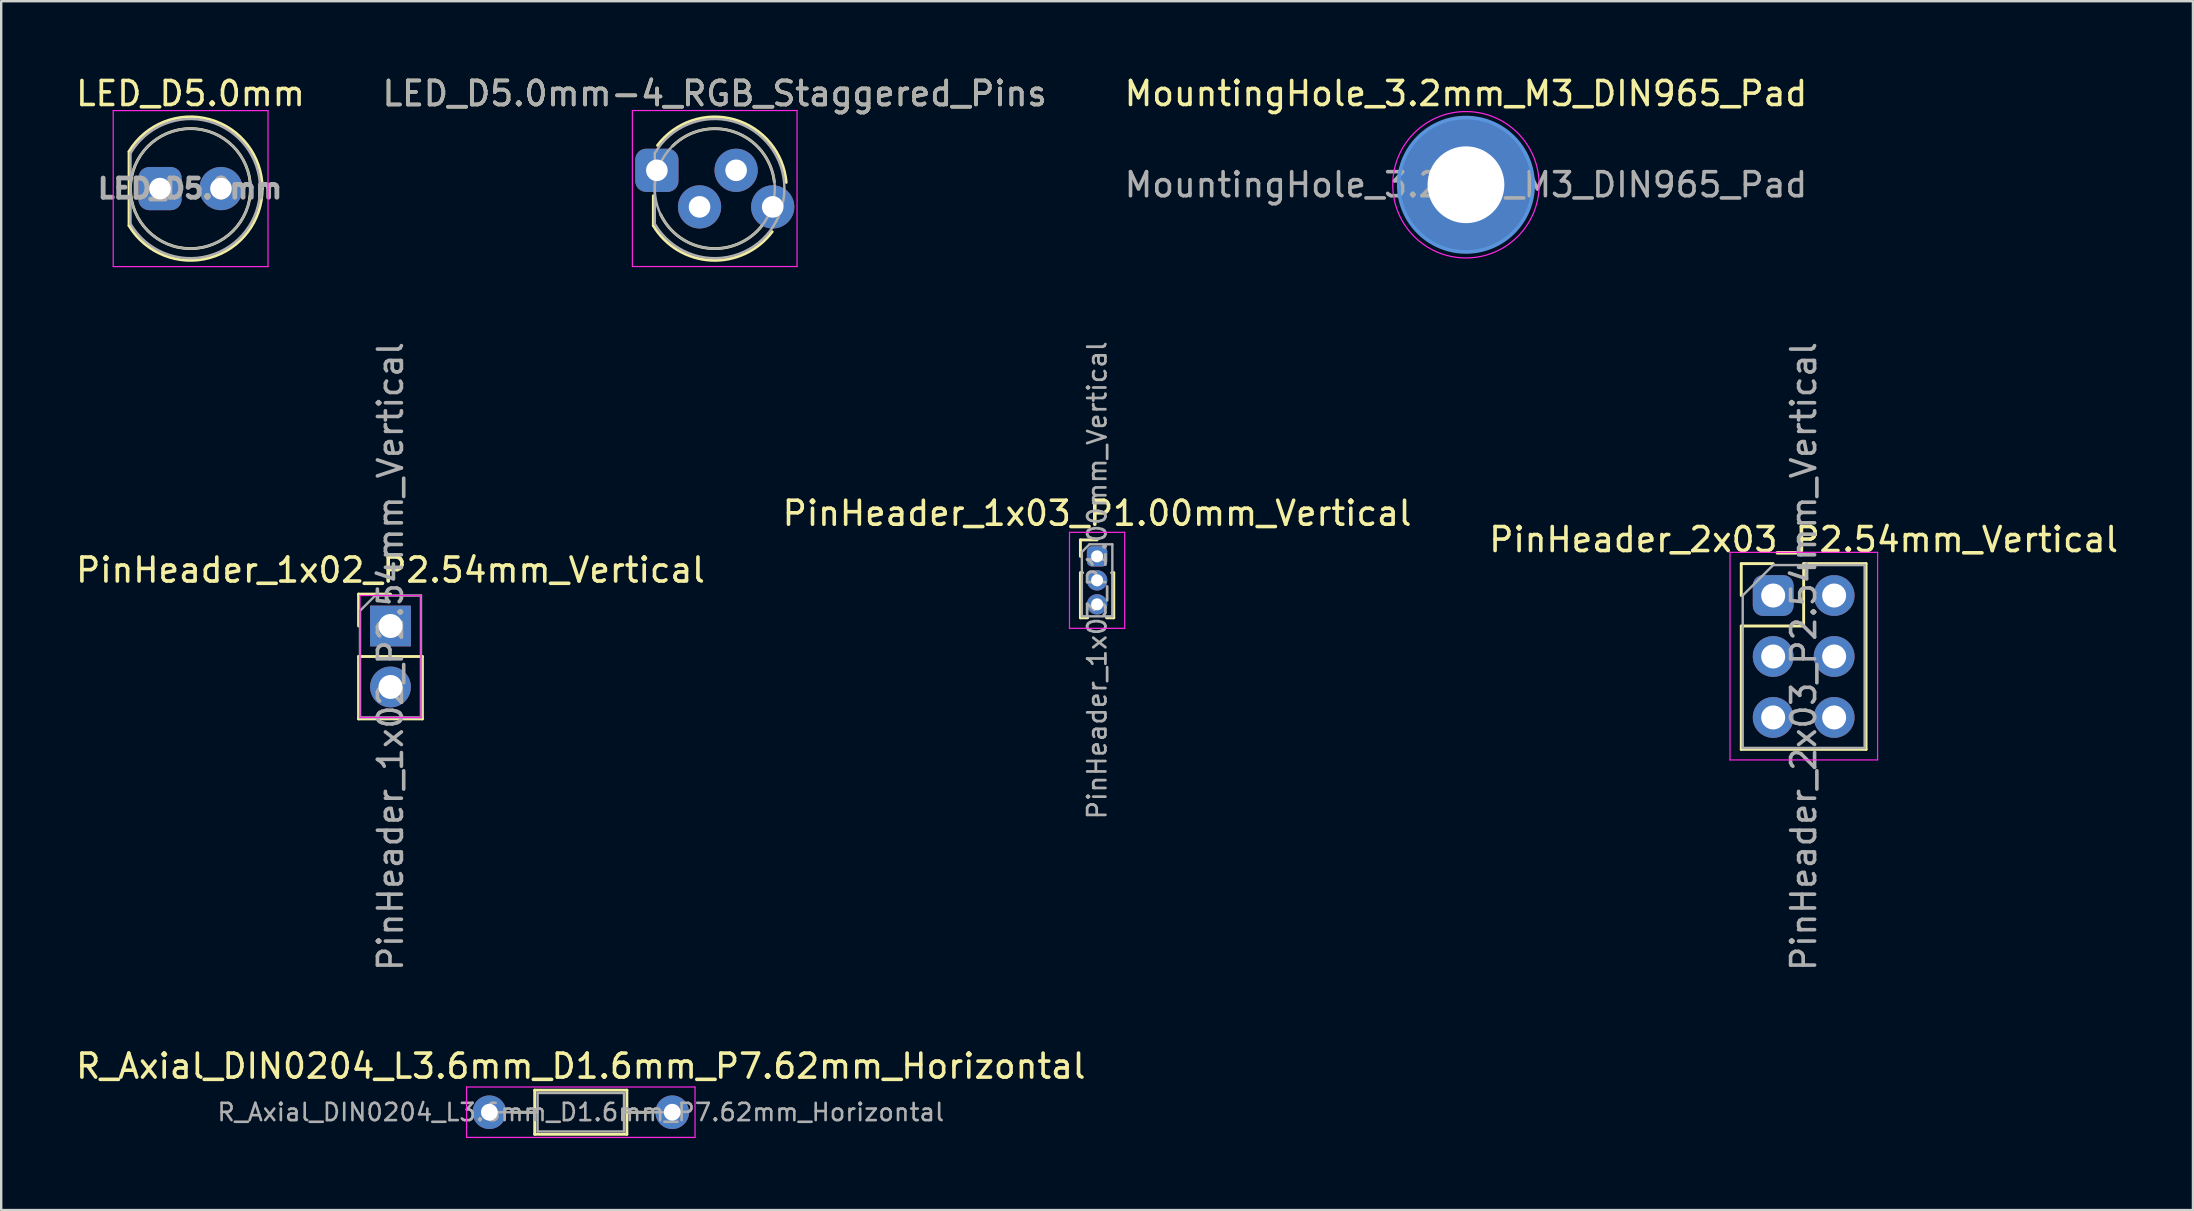
<source format=kicad_pcb>
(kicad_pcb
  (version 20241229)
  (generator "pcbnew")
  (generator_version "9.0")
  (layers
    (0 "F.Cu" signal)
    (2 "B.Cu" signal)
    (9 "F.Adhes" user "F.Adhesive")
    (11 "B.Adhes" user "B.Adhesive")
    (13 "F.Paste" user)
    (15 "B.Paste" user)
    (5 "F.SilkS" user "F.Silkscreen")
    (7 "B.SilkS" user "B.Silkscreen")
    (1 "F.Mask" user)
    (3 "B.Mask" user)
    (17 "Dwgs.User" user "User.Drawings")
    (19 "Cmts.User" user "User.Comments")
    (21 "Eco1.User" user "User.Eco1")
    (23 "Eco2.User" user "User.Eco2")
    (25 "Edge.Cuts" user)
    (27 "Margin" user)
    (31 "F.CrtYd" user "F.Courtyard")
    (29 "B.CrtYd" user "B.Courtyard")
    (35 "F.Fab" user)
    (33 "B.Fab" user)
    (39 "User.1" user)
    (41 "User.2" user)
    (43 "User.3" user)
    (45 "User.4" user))
  (footprint "PinHeader_1x03_P1.00mm_Vertical"
    (layer "F.Cu")
    (at 42.661 20.131)
    (property "Reference" "PinHeader_1x03_P1.00mm_Vertical" (at 0 -1.794 180) (layer "F.SilkS") (effects (font (size 1 1) (thickness 0.15))))
    (attr through_hole)
    (fp_line (start -0.695 -0.685) (end 0 -0.685) (stroke (width 0.12) (type solid)) (layer "F.SilkS"))
    (fp_line (start -0.695 0) (end -0.695 -0.685) (stroke (width 0.12) (type solid)) (layer "F.SilkS"))
    (fp_line (start -0.695 0.685) (end -0.695 2.56) (stroke (width 0.12) (type solid)) (layer "F.SilkS"))
    (fp_line (start -0.695 0.685) (end -0.608 0.685) (stroke (width 0.12) (type solid)) (layer "F.SilkS"))
    (fp_line (start -0.695 2.56) (end -0.394 2.56) (stroke (width 0.12) (type solid)) (layer "F.SilkS"))
    (fp_line (start 0.394 2.56) (end 0.695 2.56) (stroke (width 0.12) (type solid)) (layer "F.SilkS"))
    (fp_line (start 0.608 0.685) (end 0.695 0.685) (stroke (width 0.12) (type solid)) (layer "F.SilkS"))
    (fp_line (start 0.695 0.685) (end 0.695 2.56) (stroke (width 0.12) (type solid)) (layer "F.SilkS"))
    (fp_line (start -1.15 -1) (end -1.15 3) (stroke (width 0.05) (type solid)) (layer "F.CrtYd"))
    (fp_line (start -1.15 3) (end 1.15 3) (stroke (width 0.05) (type solid)) (layer "F.CrtYd"))
    (fp_line (start 1.15 -1) (end -1.15 -1) (stroke (width 0.05) (type solid)) (layer "F.CrtYd"))
    (fp_line (start 1.15 3) (end 1.15 -1) (stroke (width 0.05) (type solid)) (layer "F.CrtYd"))
    (fp_line (start -0.635 -0.182) (end -0.318 -0.5) (stroke (width 0.1) (type solid)) (layer "F.Fab"))
    (fp_line (start -0.635 2.5) (end -0.635 -0.182) (stroke (width 0.1) (type solid)) (layer "F.Fab"))
    (fp_line (start -0.318 -0.5) (end 0.635 -0.5) (stroke (width 0.1) (type solid)) (layer "F.Fab"))
    (fp_line (start 0.635 -0.5) (end 0.635 2.5) (stroke (width 0.1) (type solid)) (layer "F.Fab"))
    (fp_line (start 0.635 2.5) (end -0.635 2.5) (stroke (width 0.1) (type solid)) (layer "F.Fab"))
    (fp_text user "${REFERENCE}" (at 0 1 90) (layer "F.Fab") (effects (font (size 0.76 0.76) (thickness 0.114))))
    (pad "1" thru_hole roundrect (at 0 0) (size 0.85 0.85) (drill 0.5) (layers "*.Cu" "*.Mask") (roundrect_rratio 0.25))
    (pad "2" thru_hole oval (at 0 1) (size 0.85 0.85) (drill 0.5) (layers "*.Cu" "*.Mask"))
    (pad "3" thru_hole oval (at 0 2) (size 0.85 0.85) (drill 0.5) (layers "*.Cu" "*.Mask")))
  (footprint "R_Axial_DIN0204_L3.6mm_D1.6mm_P7.62mm_Horizontal"
    (layer "F.Cu")
    (at 17.339 43.292)
    (property "Reference" "R_Axial_DIN0204_L3.6mm_D1.6mm_P7.62mm_Horizontal" (at 3.81 -1.92 0) (layer "F.SilkS") (effects (font (size 1 1) (thickness 0.15))))
    (attr through_hole)
    (fp_line (start 0.94 0) (end 1.89 0) (stroke (width 0.12) (type solid)) (layer "F.SilkS"))
    (fp_line (start 1.89 -0.92) (end 1.89 0.92) (stroke (width 0.12) (type solid)) (layer "F.SilkS"))
    (fp_line (start 1.89 0.92) (end 5.73 0.92) (stroke (width 0.12) (type solid)) (layer "F.SilkS"))
    (fp_line (start 5.73 -0.92) (end 1.89 -0.92) (stroke (width 0.12) (type solid)) (layer "F.SilkS"))
    (fp_line (start 5.73 0.92) (end 5.73 -0.92) (stroke (width 0.12) (type solid)) (layer "F.SilkS"))
    (fp_line (start 6.68 0) (end 5.73 0) (stroke (width 0.12) (type solid)) (layer "F.SilkS"))
    (fp_line (start -0.95 -1.05) (end -0.95 1.05) (stroke (width 0.05) (type solid)) (layer "F.CrtYd"))
    (fp_line (start -0.95 1.05) (end 8.57 1.05) (stroke (width 0.05) (type solid)) (layer "F.CrtYd"))
    (fp_line (start 8.57 -1.05) (end -0.95 -1.05) (stroke (width 0.05) (type solid)) (layer "F.CrtYd"))
    (fp_line (start 8.57 1.05) (end 8.57 -1.05) (stroke (width 0.05) (type solid)) (layer "F.CrtYd"))
    (fp_line (start 0 0) (end 2.01 0) (stroke (width 0.1) (type solid)) (layer "F.Fab"))
    (fp_line (start 2.01 -0.8) (end 2.01 0.8) (stroke (width 0.1) (type solid)) (layer "F.Fab"))
    (fp_line (start 2.01 0.8) (end 5.61 0.8) (stroke (width 0.1) (type solid)) (layer "F.Fab"))
    (fp_line (start 5.61 -0.8) (end 2.01 -0.8) (stroke (width 0.1) (type solid)) (layer "F.Fab"))
    (fp_line (start 5.61 0.8) (end 5.61 -0.8) (stroke (width 0.1) (type solid)) (layer "F.Fab"))
    (fp_line (start 7.62 0) (end 5.61 0) (stroke (width 0.1) (type solid)) (layer "F.Fab"))
    (fp_text user "${REFERENCE}" (at 3.81 0 0) (layer "F.Fab") (effects (font (size 0.72 0.72) (thickness 0.108))))
    (pad "1" thru_hole circle (at 0 0) (size 1.4 1.4) (drill 0.7) (layers "*.Cu" "*.Mask"))
    (pad "2" thru_hole oval (at 7.62 0) (size 1.4 1.4) (drill 0.7) (layers "*.Cu" "*.Mask")))
  (footprint "PinHeader_1x02_P2.54mm_Vertical"
    (layer "F.Cu")
    (at 13.22 23.033)
    (property "Reference" "PinHeader_1x02_P2.54mm_Vertical" (at 0 -2.33 0) (layer "F.SilkS") (effects (font (size 1 1) (thickness 0.15))))
    (attr through_hole)
    (fp_line (start -1.33 -1.33) (end 0 -1.33) (stroke (width 0.12) (type solid)) (layer "F.SilkS"))
    (fp_line (start -1.33 0) (end -1.33 -1.33) (stroke (width 0.12) (type solid)) (layer "F.SilkS"))
    (fp_line (start -1.33 1.27) (end -1.33 3.87) (stroke (width 0.12) (type solid)) (layer "F.SilkS"))
    (fp_line (start -1.33 1.27) (end 1.33 1.27) (stroke (width 0.12) (type solid)) (layer "F.SilkS"))
    (fp_line (start -1.33 3.87) (end 1.33 3.87) (stroke (width 0.12) (type solid)) (layer "F.SilkS"))
    (fp_line (start 1.33 1.27) (end 1.33 3.87) (stroke (width 0.12) (type solid)) (layer "F.SilkS"))
    (fp_line (start -1.27 -1.27) (end -1.27 3.81) (stroke (width 0.05) (type solid)) (layer "F.CrtYd"))
    (fp_line (start -1.27 3.81) (end 1.27 3.81) (stroke (width 0.05) (type solid)) (layer "F.CrtYd"))
    (fp_line (start 1.27 -1.27) (end -1.27 -1.27) (stroke (width 0.05) (type solid)) (layer "F.CrtYd"))
    (fp_line (start 1.27 3.81) (end 1.27 -1.27) (stroke (width 0.05) (type solid)) (layer "F.CrtYd"))
    (fp_line (start -1.27 -0.635) (end -0.635 -1.27) (stroke (width 0.1) (type solid)) (layer "F.Fab"))
    (fp_line (start -1.27 3.81) (end -1.27 -0.635) (stroke (width 0.1) (type solid)) (layer "F.Fab"))
    (fp_line (start -0.635 -1.27) (end 1.27 -1.27) (stroke (width 0.1) (type solid)) (layer "F.Fab"))
    (fp_line (start 1.27 -1.27) (end 1.27 3.81) (stroke (width 0.1) (type solid)) (layer "F.Fab"))
    (fp_line (start 1.27 3.81) (end -1.27 3.81) (stroke (width 0.1) (type solid)) (layer "F.Fab"))
    (fp_text user "${REFERENCE}" (at 0 1.27 90) (layer "F.Fab") (effects (font (size 1 1) (thickness 0.15))))
    (pad "1" thru_hole rect (at 0 0) (size 1.7 1.7) (drill 1) (layers "*.Cu" "*.Mask"))
    (pad "2" thru_hole oval (at 0 2.54) (size 1.7 1.7) (drill 1) (layers "*.Cu" "*.Mask")))
  (footprint "PinHeader_2x03_P2.54mm_Vertical"
    (layer "F.Cu")
    (at 70.831 21.763)
    (property "Reference" "PinHeader_2x03_P2.54mm_Vertical" (at 1.27 -2.33 0) (layer "F.SilkS") (effects (font (size 1 1) (thickness 0.15))))
    (attr through_hole)
    (fp_line (start -1.33 -1.33) (end 0 -1.33) (stroke (width 0.12) (type solid)) (layer "F.SilkS"))
    (fp_line (start -1.33 0) (end -1.33 -1.33) (stroke (width 0.12) (type solid)) (layer "F.SilkS"))
    (fp_line (start -1.33 1.27) (end -1.33 6.41) (stroke (width 0.12) (type solid)) (layer "F.SilkS"))
    (fp_line (start -1.33 1.27) (end 1.27 1.27) (stroke (width 0.12) (type solid)) (layer "F.SilkS"))
    (fp_line (start -1.33 6.41) (end 3.87 6.41) (stroke (width 0.12) (type solid)) (layer "F.SilkS"))
    (fp_line (start 1.27 -1.33) (end 3.87 -1.33) (stroke (width 0.12) (type solid)) (layer "F.SilkS"))
    (fp_line (start 1.27 1.27) (end 1.27 -1.33) (stroke (width 0.12) (type solid)) (layer "F.SilkS"))
    (fp_line (start 3.87 -1.33) (end 3.87 6.41) (stroke (width 0.12) (type solid)) (layer "F.SilkS"))
    (fp_line (start -1.8 -1.8) (end -1.8 6.85) (stroke (width 0.05) (type solid)) (layer "F.CrtYd"))
    (fp_line (start -1.8 6.85) (end 4.35 6.85) (stroke (width 0.05) (type solid)) (layer "F.CrtYd"))
    (fp_line (start 4.35 -1.8) (end -1.8 -1.8) (stroke (width 0.05) (type solid)) (layer "F.CrtYd"))
    (fp_line (start 4.35 6.85) (end 4.35 -1.8) (stroke (width 0.05) (type solid)) (layer "F.CrtYd"))
    (fp_line (start -1.27 0) (end 0 -1.27) (stroke (width 0.1) (type solid)) (layer "F.Fab"))
    (fp_line (start -1.27 6.35) (end -1.27 0) (stroke (width 0.1) (type solid)) (layer "F.Fab"))
    (fp_line (start 0 -1.27) (end 3.81 -1.27) (stroke (width 0.1) (type solid)) (layer "F.Fab"))
    (fp_line (start 3.81 -1.27) (end 3.81 6.35) (stroke (width 0.1) (type solid)) (layer "F.Fab"))
    (fp_line (start 3.81 6.35) (end -1.27 6.35) (stroke (width 0.1) (type solid)) (layer "F.Fab"))
    (fp_text user "${REFERENCE}" (at 1.27 2.54 90) (layer "F.Fab") (effects (font (size 1 1) (thickness 0.15))))
    (pad "1" thru_hole roundrect (at 0 0) (size 1.7 1.7) (drill 1) (layers "*.Cu" "*.Mask") (roundrect_rratio 0.25))
    (pad "2" thru_hole oval (at 2.54 0) (size 1.7 1.7) (drill 1) (layers "*.Cu" "*.Mask"))
    (pad "3" thru_hole oval (at 0 2.54) (size 1.7 1.7) (drill 1) (layers "*.Cu" "*.Mask"))
    (pad "4" thru_hole oval (at 2.54 2.54) (size 1.7 1.7) (drill 1) (layers "*.Cu" "*.Mask"))
    (pad "5" thru_hole oval (at 0 5.08) (size 1.7 1.7) (drill 1) (layers "*.Cu" "*.Mask"))
    (pad "6" thru_hole oval (at 2.54 5.08) (size 1.7 1.7) (drill 1) (layers "*.Cu" "*.Mask")))
  (footprint "LED_D5.0mm-4_RGB_Staggered_Pins"
    (layer "F.Cu")
    (at 24.319 4.046)
    (property "Reference" "LED_D5.0mm-4_RGB_Staggered_Pins" (at 2.413 -3.198 0) (layer "F.SilkS") (effects (font (size 1 1) (thickness 0.15))))
    (attr through_hole)
    (fp_line (start -0.147 1.061) (end -0.147 2.307) (stroke (width 0.12) (type solid)) (layer "F.SilkS"))
    (fp_arc (start 0.028 -1.038) (mid 3.238737 -2.109652) (end 5.389836 0.503784) (stroke (width 0.12) (type solid)) (layer "F.SilkS"))
    (fp_arc (start 0.660401 -1.015999) (mid 3.242766 -1.592649) (end 4.89309 0.475579) (stroke (width 0.12) (type solid)) (layer "F.SilkS"))
    (fp_arc (start 4.372086 2.315056) (mid 2.134091 3.246393) (end 0.158316 1.842) (stroke (width 0.12) (type solid)) (layer "F.SilkS"))
    (fp_arc (start 4.804334 2.556887) (mid 2.262188 3.748194) (end -0.147 2.30683) (stroke (width 0.12) (type solid)) (layer "F.SilkS"))
    (fp_line (start -1.02 -2.49) (end 5.84 -2.49) (stroke (width 0.05) (type solid)) (layer "F.CrtYd"))
    (fp_line (start -1.02 4.01) (end -1.02 -2.49) (stroke (width 0.05) (type solid)) (layer "F.CrtYd"))
    (fp_line (start 5.84 -2.49) (end 5.84 4.01) (stroke (width 0.05) (type solid)) (layer "F.CrtYd"))
    (fp_line (start 5.84 4.01) (end -1.02 4.01) (stroke (width 0.05) (type solid)) (layer "F.CrtYd"))
    (fp_line (start -0.087 -0.708) (end -0.087 2.232) (stroke (width 0.1) (type solid)) (layer "F.Fab"))
    (fp_arc (start -0.087 -0.707694) (mid 5.313 0.762016) (end -0.087016 2.231666) (stroke (width 0.1) (type solid)) (layer "F.Fab"))
    (fp_circle (center 2.413 0.762) (end 4.913 0.762) (stroke (width 0.1) (type solid)) (fill no) (layer "F.Fab"))
    (fp_text user "${REFERENCE}" (at 2.413 -3.198 0) (layer "F.Fab") (effects (font (size 1 1) (thickness 0.15))))
    (pad "1" thru_hole roundrect (at 0 0) (size 1.8 1.8) (drill 0.9) (layers "*.Cu" "*.Mask") (roundrect_rratio 0.25))
    (pad "2" thru_hole circle (at 1.778 1.524) (size 1.8 1.8) (drill 0.9) (layers "*.Cu" "*.Mask"))
    (pad "3" thru_hole circle (at 3.302 0) (size 1.8 1.8) (drill 0.9) (layers "*.Cu" "*.Mask"))
    (pad "4" thru_hole circle (at 4.826 1.524) (size 1.8 1.8) (drill 0.9) (layers "*.Cu" "*.Mask")))
  (footprint "LED_D5.0mm"
    (layer "F.Cu")
    (at 3.617 4.808)
    (property "Reference" "LED_D5.0mm" (at 1.27 -3.96 0) (layer "F.SilkS") (effects (font (size 1 1) (thickness 0.15))))
    (attr through_hole)
    (fp_line (start -1.29 -1.545) (end -1.29 1.545) (stroke (width 0.12) (type solid)) (layer "F.SilkS"))
    (fp_arc (start -1.29 -1.54483) (mid 2.072002 -2.880433) (end 4.26 0.000462) (stroke (width 0.12) (type solid)) (layer "F.SilkS"))
    (fp_arc (start 4.26 -0.000462) (mid 2.072002 2.880433) (end -1.29 1.54483) (stroke (width 0.12) (type solid)) (layer "F.SilkS"))
    (fp_circle (center 1.27 0) (end 3.77 0) (stroke (width 0.12) (type solid)) (fill no) (layer "F.SilkS"))
    (fp_line (start -1.95 -3.25) (end -1.95 3.25) (stroke (width 0.05) (type solid)) (layer "F.CrtYd"))
    (fp_line (start -1.95 3.25) (end 4.5 3.25) (stroke (width 0.05) (type solid)) (layer "F.CrtYd"))
    (fp_line (start 4.5 -3.25) (end -1.95 -3.25) (stroke (width 0.05) (type solid)) (layer "F.CrtYd"))
    (fp_line (start 4.5 3.25) (end 4.5 -3.25) (stroke (width 0.05) (type solid)) (layer "F.CrtYd"))
    (fp_line (start -1.23 -1.47) (end -1.23 1.47) (stroke (width 0.1) (type solid)) (layer "F.Fab"))
    (fp_arc (start -1.23 -1.469694) (mid 4.17 0.000016) (end -1.230016 1.469666) (stroke (width 0.1) (type solid)) (layer "F.Fab"))
    (fp_circle (center 1.27 0) (end 3.77 0) (stroke (width 0.1) (type solid)) (fill no) (layer "F.Fab"))
    (fp_text user "${REFERENCE}" (at 1.25 0 0) (layer "F.Fab") (effects (font (size 0.8 0.8) (thickness 0.2))))
    (pad "1" thru_hole roundrect (at 0 0) (size 1.8 1.8) (drill 0.9) (layers "*.Cu" "*.Mask") (roundrect_rratio 0.25))
    (pad "2" thru_hole circle (at 2.54 0) (size 1.8 1.8) (drill 0.9) (layers "*.Cu" "*.Mask")))
  (footprint "MountingHole_3.2mm_M3_DIN965_Pad"
    (layer "F.Cu")
    (at 58.03 4.648)
    (property "Reference" "MountingHole_3.2mm_M3_DIN965_Pad" (at 0 -3.8 0) (layer "F.SilkS") (effects (font (size 1 1) (thickness 0.15))))
    (attr exclude_from_pos_files)
    (fp_circle (center 0 0) (end 2.8 0) (stroke (width 0.15) (type solid)) (fill no) (layer "Cmts.User"))
    (fp_circle (center 0 0) (end 3.05 0) (stroke (width 0.05) (type solid)) (fill no) (layer "F.CrtYd"))
    (fp_text user "${REFERENCE}" (at 0 0 0) (layer "F.Fab") (effects (font (size 1 1) (thickness 0.15))))
    (pad "1" thru_hole circle (at 0 0) (size 5.6 5.6) (drill 3.2) (layers "*.Cu" "*.Mask")))
  (gr_rect
    (start -3 -3)
    (end 88.321 47.367)
    (stroke (width 0.1) (type default))
    (fill no)
    (layer "Edge.Cuts")))
</source>
